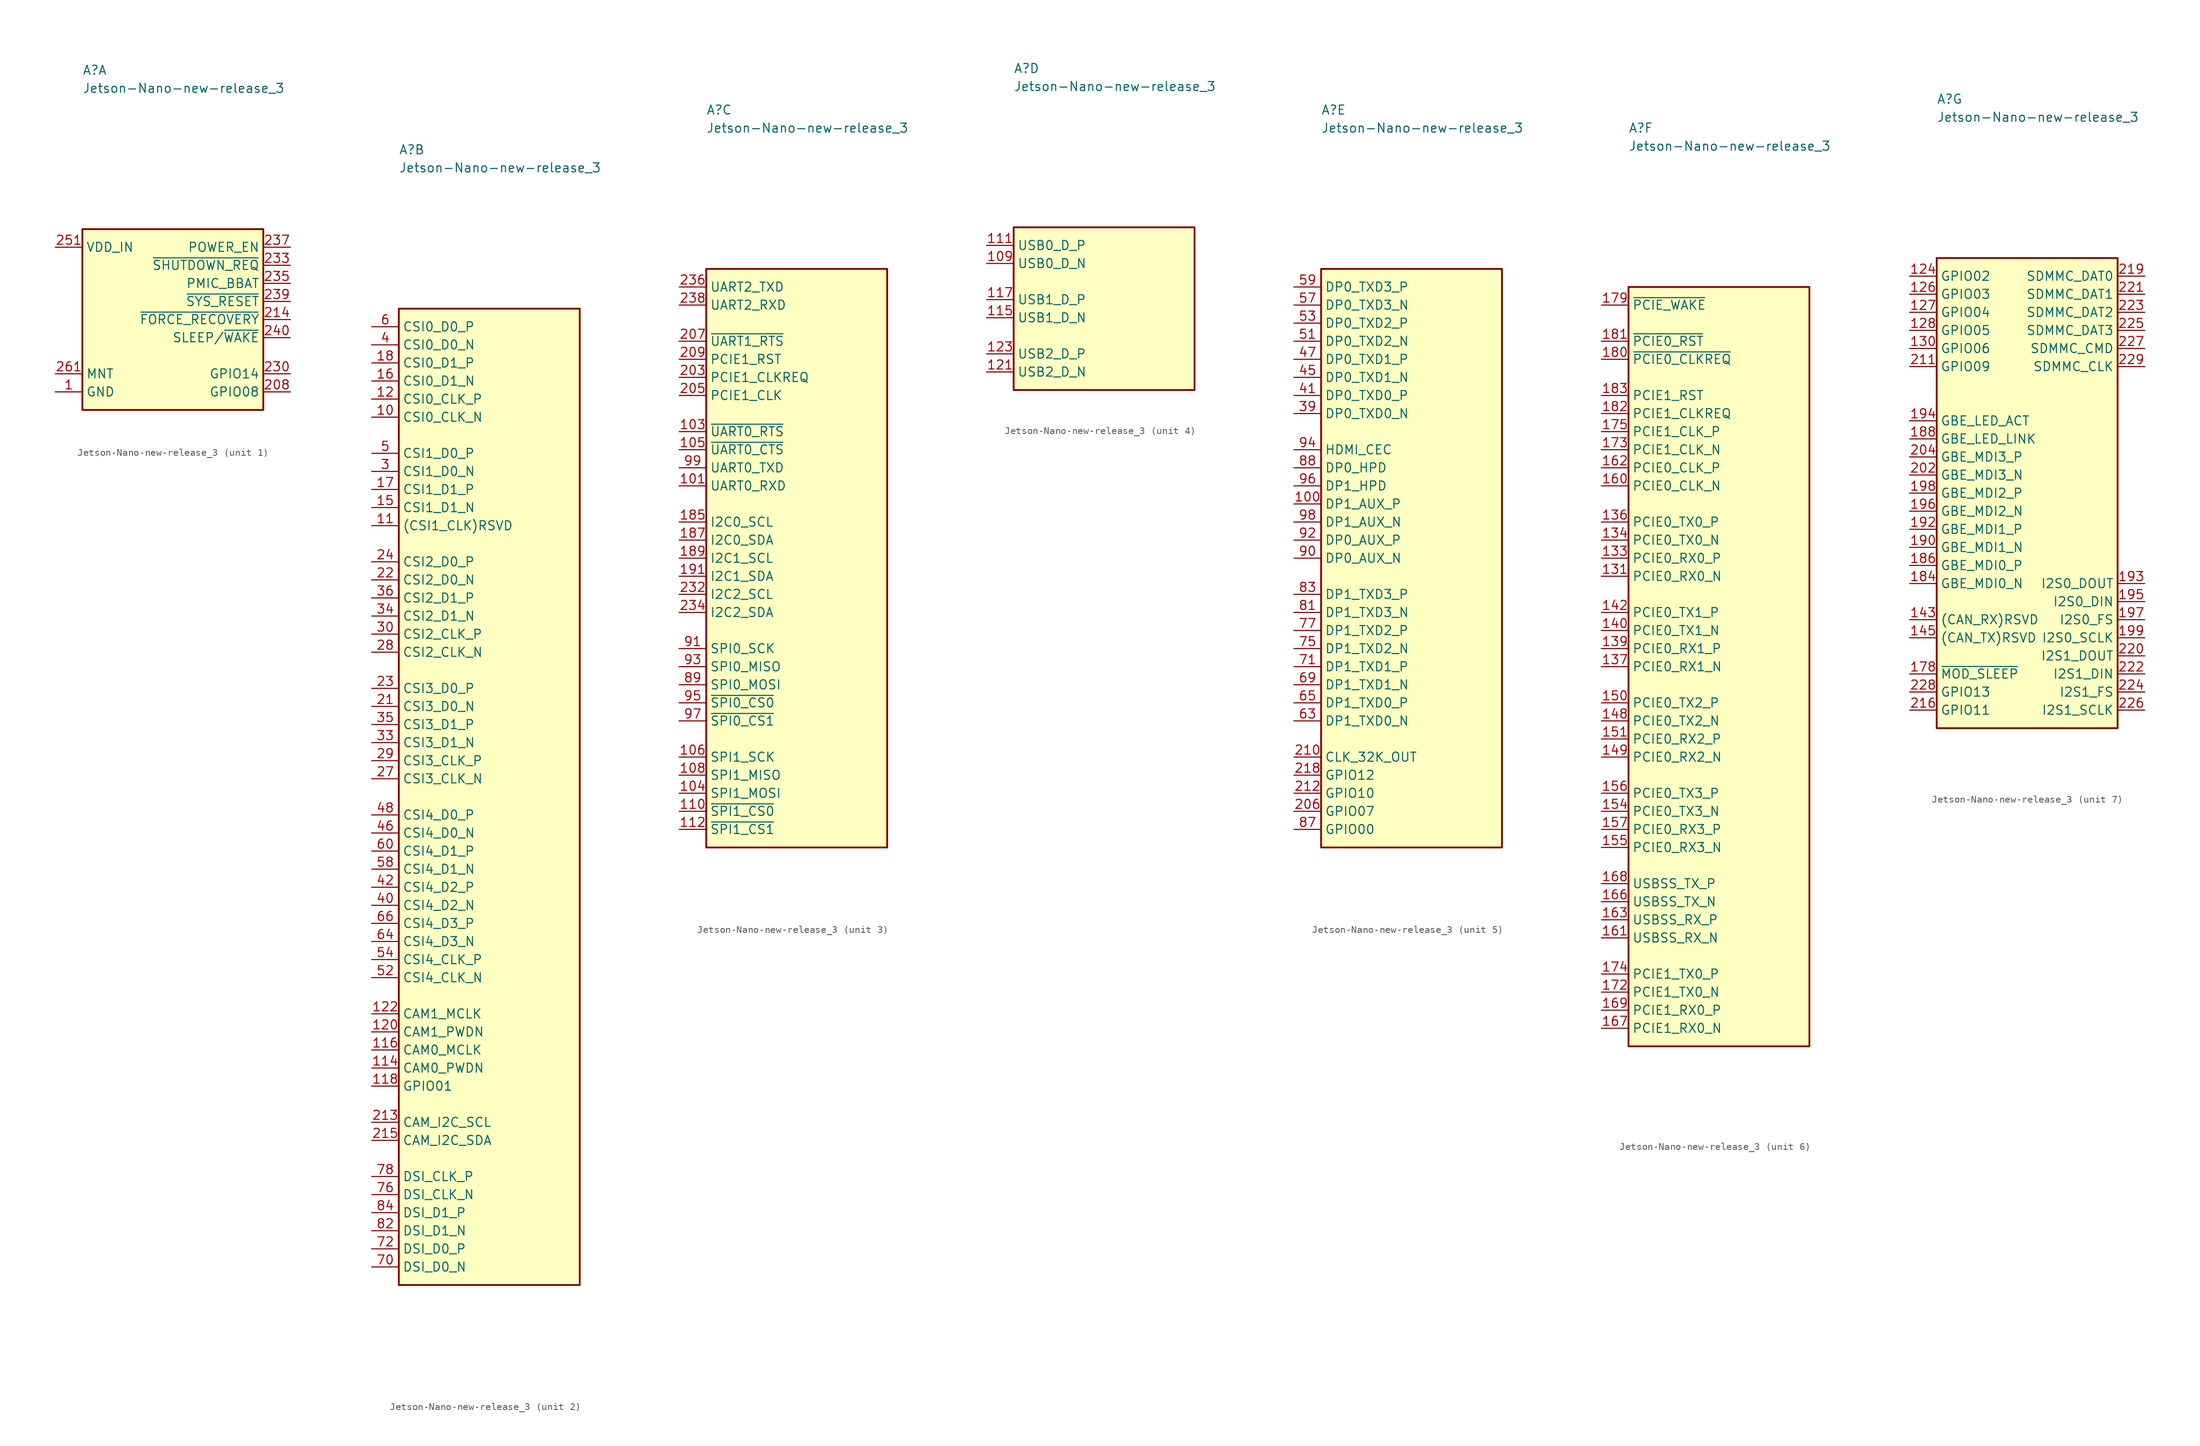
<source format=kicad_sym>
(kicad_symbol_lib
  (version 20231120)
  (generator "kicad_symbol_editor")
  (generator_version "8.0")
  (symbol "Jetson-Nano-new-release_3"
    (property "Reference" "A"
      (at 3.81 24.13 0)
      (effects (font (size 1.27 1.27) (thickness 0.15)) (justify left bottom)))
    (property "Value" "Jetson-Nano-new-release_3"
      (at 3.81 21.59 0)
      (effects (font (size 1.27 1.27) (thickness 0.15)) (justify left bottom)))
    (property "ki_locked" ""
      (at 0 0 0)
      (effects (font (size 1.27 1.27))))
    (symbol "Jetson-Nano-new-release_3_1_1"
      (rectangle (start 3.81 2.54) (end 29.21 -22.86) (stroke (width 0.254) (type default)) (fill (type background)))
      (pin passive line (at 0 -20.32 0) (length 3.81) (name "GND" (effects (font (size 1.27 1.27)))) (number "1" (effects (font (size 1.27 1.27)))))
      (pin passive line (at 0 -20.32 0) (length 3.81) hide (name "GND" (effects (font (size 1.27 1.27)))) (number "102" (effects (font (size 1.27 1.27)))))
      (pin passive line (at 0 -20.32 0) (length 3.81) hide (name "GND" (effects (font (size 1.27 1.27)))) (number "107" (effects (font (size 1.27 1.27)))))
      (pin passive line (at 0 -20.32 0) (length 3.81) hide (name "GND" (effects (font (size 1.27 1.27)))) (number "113" (effects (font (size 1.27 1.27)))))
      (pin passive line (at 0 -20.32 0) (length 3.81) hide (name "GND" (effects (font (size 1.27 1.27)))) (number "119" (effects (font (size 1.27 1.27)))))
      (pin passive line (at 0 -20.32 0) (length 3.81) hide (name "GND" (effects (font (size 1.27 1.27)))) (number "125" (effects (font (size 1.27 1.27)))))
      (pin passive line (at 0 -20.32 0) (length 3.81) hide (name "GND" (effects (font (size 1.27 1.27)))) (number "129" (effects (font (size 1.27 1.27)))))
      (pin passive line (at 0 -20.32 0) (length 3.81) hide (name "GND" (effects (font (size 1.27 1.27)))) (number "13" (effects (font (size 1.27 1.27)))))
      (pin passive line (at 0 -20.32 0) (length 3.81) hide (name "GND" (effects (font (size 1.27 1.27)))) (number "132" (effects (font (size 1.27 1.27)))))
      (pin passive line (at 0 -20.32 0) (length 3.81) hide (name "GND" (effects (font (size 1.27 1.27)))) (number "135" (effects (font (size 1.27 1.27)))))
      (pin passive line (at 0 -20.32 0) (length 3.81) hide (name "GND" (effects (font (size 1.27 1.27)))) (number "138" (effects (font (size 1.27 1.27)))))
      (pin passive line (at 0 -20.32 0) (length 3.81) hide (name "GND" (effects (font (size 1.27 1.27)))) (number "14" (effects (font (size 1.27 1.27)))))
      (pin passive line (at 0 -20.32 0) (length 3.81) hide (name "GND" (effects (font (size 1.27 1.27)))) (number "141" (effects (font (size 1.27 1.27)))))
      (pin passive line (at 0 -20.32 0) (length 3.81) hide (name "GND" (effects (font (size 1.27 1.27)))) (number "144" (effects (font (size 1.27 1.27)))))
      (pin passive line (at 0 -20.32 0) (length 3.81) hide (name "GND" (effects (font (size 1.27 1.27)))) (number "146" (effects (font (size 1.27 1.27)))))
      (pin passive line (at 0 -20.32 0) (length 3.81) hide (name "GND" (effects (font (size 1.27 1.27)))) (number "147" (effects (font (size 1.27 1.27)))))
      (pin passive line (at 0 -20.32 0) (length 3.81) hide (name "GND" (effects (font (size 1.27 1.27)))) (number "152" (effects (font (size 1.27 1.27)))))
      (pin passive line (at 0 -20.32 0) (length 3.81) hide (name "GND" (effects (font (size 1.27 1.27)))) (number "153" (effects (font (size 1.27 1.27)))))
      (pin passive line (at 0 -20.32 0) (length 3.81) hide (name "GND" (effects (font (size 1.27 1.27)))) (number "158" (effects (font (size 1.27 1.27)))))
      (pin passive line (at 0 -20.32 0) (length 3.81) hide (name "GND" (effects (font (size 1.27 1.27)))) (number "159" (effects (font (size 1.27 1.27)))))
      (pin passive line (at 0 -20.32 0) (length 3.81) hide (name "GND" (effects (font (size 1.27 1.27)))) (number "164" (effects (font (size 1.27 1.27)))))
      (pin passive line (at 0 -20.32 0) (length 3.81) hide (name "GND" (effects (font (size 1.27 1.27)))) (number "165" (effects (font (size 1.27 1.27)))))
      (pin passive line (at 0 -20.32 0) (length 3.81) hide (name "GND" (effects (font (size 1.27 1.27)))) (number "170" (effects (font (size 1.27 1.27)))))
      (pin passive line (at 0 -20.32 0) (length 3.81) hide (name "GND" (effects (font (size 1.27 1.27)))) (number "171" (effects (font (size 1.27 1.27)))))
      (pin passive line (at 0 -20.32 0) (length 3.81) hide (name "GND" (effects (font (size 1.27 1.27)))) (number "176" (effects (font (size 1.27 1.27)))))
      (pin passive line (at 0 -20.32 0) (length 3.81) hide (name "GND" (effects (font (size 1.27 1.27)))) (number "177" (effects (font (size 1.27 1.27)))))
      (pin passive line (at 0 -20.32 0) (length 3.81) hide (name "GND" (effects (font (size 1.27 1.27)))) (number "19" (effects (font (size 1.27 1.27)))))
      (pin passive line (at 0 -20.32 0) (length 3.81) hide (name "GND" (effects (font (size 1.27 1.27)))) (number "2" (effects (font (size 1.27 1.27)))))
      (pin passive line (at 0 -20.32 0) (length 3.81) hide (name "GND" (effects (font (size 1.27 1.27)))) (number "20" (effects (font (size 1.27 1.27)))))
      (pin passive line (at 0 -20.32 0) (length 3.81) hide (name "GND" (effects (font (size 1.27 1.27)))) (number "200" (effects (font (size 1.27 1.27)))))
      (pin passive line (at 0 -20.32 0) (length 3.81) hide (name "GND" (effects (font (size 1.27 1.27)))) (number "201" (effects (font (size 1.27 1.27)))))
      (pin passive line (at 33.02 -20.32 180) (length 3.81) (name "GPIO08" (effects (font (size 1.27 1.27)))) (number "208" (effects (font (size 1.27 1.27)))))
      (pin passive line (at 33.02 -10.16 180) (length 3.81) (name "~{FORCE_RECOVERY}" (effects (font (size 1.27 1.27)))) (number "214" (effects (font (size 1.27 1.27)))))
      (pin passive line (at 0 -20.32 0) (length 3.81) hide (name "GND" (effects (font (size 1.27 1.27)))) (number "217" (effects (font (size 1.27 1.27)))))
      (pin passive line (at 33.02 -17.78 180) (length 3.81) (name "GPIO14" (effects (font (size 1.27 1.27)))) (number "230" (effects (font (size 1.27 1.27)))))
      (pin passive line (at 0 -20.32 0) (length 3.81) hide (name "GND" (effects (font (size 1.27 1.27)))) (number "231" (effects (font (size 1.27 1.27)))))
      (pin passive line (at 33.02 -2.54 180) (length 3.81) (name "~{SHUTDOWN_REQ}" (effects (font (size 1.27 1.27)))) (number "233" (effects (font (size 1.27 1.27)))))
      (pin passive line (at 33.02 -5.08 180) (length 3.81) (name "PMIC_BBAT" (effects (font (size 1.27 1.27)))) (number "235" (effects (font (size 1.27 1.27)))))
      (pin passive line (at 33.02 0 180) (length 3.81) (name "POWER_EN" (effects (font (size 1.27 1.27)))) (number "237" (effects (font (size 1.27 1.27)))))
      (pin passive line (at 33.02 -7.62 180) (length 3.81) (name "~{SYS_RESET}" (effects (font (size 1.27 1.27)))) (number "239" (effects (font (size 1.27 1.27)))))
      (pin passive line (at 33.02 -12.7 180) (length 3.81) (name "SLEEP/~{WAKE}" (effects (font (size 1.27 1.27)))) (number "240" (effects (font (size 1.27 1.27)))))
      (pin passive line (at 0 -20.32 0) (length 3.81) hide (name "GND" (effects (font (size 1.27 1.27)))) (number "241" (effects (font (size 1.27 1.27)))))
      (pin passive line (at 0 -20.32 0) (length 3.81) hide (name "GND" (effects (font (size 1.27 1.27)))) (number "242" (effects (font (size 1.27 1.27)))))
      (pin passive line (at 0 -20.32 0) (length 3.81) hide (name "GND" (effects (font (size 1.27 1.27)))) (number "243" (effects (font (size 1.27 1.27)))))
      (pin passive line (at 0 -20.32 0) (length 3.81) hide (name "GND" (effects (font (size 1.27 1.27)))) (number "244" (effects (font (size 1.27 1.27)))))
      (pin passive line (at 0 -20.32 0) (length 3.81) hide (name "GND" (effects (font (size 1.27 1.27)))) (number "245" (effects (font (size 1.27 1.27)))))
      (pin passive line (at 0 -20.32 0) (length 3.81) hide (name "GND" (effects (font (size 1.27 1.27)))) (number "246" (effects (font (size 1.27 1.27)))))
      (pin passive line (at 0 -20.32 0) (length 3.81) hide (name "GND" (effects (font (size 1.27 1.27)))) (number "247" (effects (font (size 1.27 1.27)))))
      (pin passive line (at 0 -20.32 0) (length 3.81) hide (name "GND" (effects (font (size 1.27 1.27)))) (number "248" (effects (font (size 1.27 1.27)))))
      (pin passive line (at 0 -20.32 0) (length 3.81) hide (name "GND" (effects (font (size 1.27 1.27)))) (number "249" (effects (font (size 1.27 1.27)))))
      (pin passive line (at 0 -20.32 0) (length 3.81) hide (name "GND" (effects (font (size 1.27 1.27)))) (number "25" (effects (font (size 1.27 1.27)))))
      (pin passive line (at 0 -20.32 0) (length 3.81) hide (name "GND" (effects (font (size 1.27 1.27)))) (number "250" (effects (font (size 1.27 1.27)))))
      (pin passive line (at 0 0 0) (length 3.81) (name "VDD_IN" (effects (font (size 1.27 1.27)))) (number "251" (effects (font (size 1.27 1.27)))))
      (pin passive line (at 0 0 0) (length 3.81) hide (name "VDD_IN" (effects (font (size 1.27 1.27)))) (number "252" (effects (font (size 1.27 1.27)))))
      (pin passive line (at 0 0 0) (length 3.81) hide (name "VDD_IN" (effects (font (size 1.27 1.27)))) (number "253" (effects (font (size 1.27 1.27)))))
      (pin passive line (at 0 0 0) (length 3.81) hide (name "VDD_IN" (effects (font (size 1.27 1.27)))) (number "254" (effects (font (size 1.27 1.27)))))
      (pin passive line (at 0 0 0) (length 3.81) hide (name "VDD_IN" (effects (font (size 1.27 1.27)))) (number "255" (effects (font (size 1.27 1.27)))))
      (pin passive line (at 0 0 0) (length 3.81) hide (name "VDD_IN" (effects (font (size 1.27 1.27)))) (number "256" (effects (font (size 1.27 1.27)))))
      (pin passive line (at 0 0 0) (length 3.81) hide (name "VDD_IN" (effects (font (size 1.27 1.27)))) (number "257" (effects (font (size 1.27 1.27)))))
      (pin passive line (at 0 0 0) (length 3.81) hide (name "VDD_IN" (effects (font (size 1.27 1.27)))) (number "258" (effects (font (size 1.27 1.27)))))
      (pin passive line (at 0 0 0) (length 3.81) hide (name "VDD_IN" (effects (font (size 1.27 1.27)))) (number "259" (effects (font (size 1.27 1.27)))))
      (pin passive line (at 0 -20.32 0) (length 3.81) hide (name "GND" (effects (font (size 1.27 1.27)))) (number "26" (effects (font (size 1.27 1.27)))))
      (pin passive line (at 0 0 0) (length 3.81) hide (name "VDD_IN" (effects (font (size 1.27 1.27)))) (number "260" (effects (font (size 1.27 1.27)))))
      (pin passive line (at 0 -17.78 0) (length 3.81) (name "MNT" (effects (font (size 1.27 1.27)))) (number "261" (effects (font (size 1.27 1.27)))))
      (pin passive line (at 0 -17.78 0) (length 3.81) hide (name "MNT" (effects (font (size 1.27 1.27)))) (number "262" (effects (font (size 1.27 1.27)))))
      (pin passive line (at 0 -20.32 0) (length 3.81) hide (name "GND" (effects (font (size 1.27 1.27)))) (number "31" (effects (font (size 1.27 1.27)))))
      (pin passive line (at 0 -20.32 0) (length 3.81) hide (name "GND" (effects (font (size 1.27 1.27)))) (number "32" (effects (font (size 1.27 1.27)))))
      (pin passive line (at 0 -20.32 0) (length 3.81) hide (name "GND" (effects (font (size 1.27 1.27)))) (number "37" (effects (font (size 1.27 1.27)))))
      (pin passive line (at 0 -20.32 0) (length 3.81) hide (name "GND" (effects (font (size 1.27 1.27)))) (number "38" (effects (font (size 1.27 1.27)))))
      (pin passive line (at 0 -20.32 0) (length 3.81) hide (name "GND" (effects (font (size 1.27 1.27)))) (number "43" (effects (font (size 1.27 1.27)))))
      (pin passive line (at 0 -20.32 0) (length 3.81) hide (name "GND" (effects (font (size 1.27 1.27)))) (number "44" (effects (font (size 1.27 1.27)))))
      (pin passive line (at 0 -20.32 0) (length 3.81) hide (name "GND" (effects (font (size 1.27 1.27)))) (number "49" (effects (font (size 1.27 1.27)))))
      (pin passive line (at 0 -20.32 0) (length 3.81) hide (name "GND" (effects (font (size 1.27 1.27)))) (number "50" (effects (font (size 1.27 1.27)))))
      (pin passive line (at 0 -20.32 0) (length 3.81) hide (name "GND" (effects (font (size 1.27 1.27)))) (number "55" (effects (font (size 1.27 1.27)))))
      (pin passive line (at 0 -20.32 0) (length 3.81) hide (name "GND" (effects (font (size 1.27 1.27)))) (number "56" (effects (font (size 1.27 1.27)))))
      (pin passive line (at 0 -20.32 0) (length 3.81) hide (name "GND" (effects (font (size 1.27 1.27)))) (number "61" (effects (font (size 1.27 1.27)))))
      (pin passive line (at 0 -20.32 0) (length 3.81) hide (name "GND" (effects (font (size 1.27 1.27)))) (number "62" (effects (font (size 1.27 1.27)))))
      (pin passive line (at 0 -20.32 0) (length 3.81) hide (name "GND" (effects (font (size 1.27 1.27)))) (number "67" (effects (font (size 1.27 1.27)))))
      (pin passive line (at 0 -20.32 0) (length 3.81) hide (name "GND" (effects (font (size 1.27 1.27)))) (number "68" (effects (font (size 1.27 1.27)))))
      (pin passive line (at 0 -20.32 0) (length 3.81) hide (name "GND" (effects (font (size 1.27 1.27)))) (number "7" (effects (font (size 1.27 1.27)))))
      (pin passive line (at 0 -20.32 0) (length 3.81) hide (name "GND" (effects (font (size 1.27 1.27)))) (number "73" (effects (font (size 1.27 1.27)))))
      (pin passive line (at 0 -20.32 0) (length 3.81) hide (name "GND" (effects (font (size 1.27 1.27)))) (number "74" (effects (font (size 1.27 1.27)))))
      (pin passive line (at 0 -20.32 0) (length 3.81) hide (name "GND" (effects (font (size 1.27 1.27)))) (number "79" (effects (font (size 1.27 1.27)))))
      (pin passive line (at 0 -20.32 0) (length 3.81) hide (name "GND" (effects (font (size 1.27 1.27)))) (number "8" (effects (font (size 1.27 1.27)))))
      (pin passive line (at 0 -20.32 0) (length 3.81) hide (name "GND" (effects (font (size 1.27 1.27)))) (number "80" (effects (font (size 1.27 1.27)))))
      (pin passive line (at 0 -20.32 0) (length 3.81) hide (name "GND" (effects (font (size 1.27 1.27)))) (number "85" (effects (font (size 1.27 1.27)))))
      (pin passive line (at 0 -20.32 0) (length 3.81) hide (name "GND" (effects (font (size 1.27 1.27)))) (number "86" (effects (font (size 1.27 1.27))))))
    (symbol "Jetson-Nano-new-release_3_2_1"
      (rectangle (start 3.81 2.54) (end 29.21 -134.62) (stroke (width 0.254) (type default)) (fill (type background)))
      (pin passive line (at 0 -12.7 0) (length 3.81) (name "CSI0_CLK_N" (effects (font (size 1.27 1.27)))) (number "10" (effects (font (size 1.27 1.27)))))
      (pin passive line (at 0 -27.94 0) (length 3.81) (name "(CSI1_CLK)RSVD" (effects (font (size 1.27 1.27)))) (number "11" (effects (font (size 1.27 1.27)))))
      (pin passive line (at 0 -104.14 0) (length 3.81) (name "CAM0_PWDN" (effects (font (size 1.27 1.27)))) (number "114" (effects (font (size 1.27 1.27)))))
      (pin passive line (at 0 -101.6 0) (length 3.81) (name "CAM0_MCLK" (effects (font (size 1.27 1.27)))) (number "116" (effects (font (size 1.27 1.27)))))
      (pin passive line (at 0 -106.68 0) (length 3.81) (name "GPIO01" (effects (font (size 1.27 1.27)))) (number "118" (effects (font (size 1.27 1.27)))))
      (pin passive line (at 0 -10.16 0) (length 3.81) (name "CSI0_CLK_P" (effects (font (size 1.27 1.27)))) (number "12" (effects (font (size 1.27 1.27)))))
      (pin passive line (at 0 -99.06 0) (length 3.81) (name "CAM1_PWDN" (effects (font (size 1.27 1.27)))) (number "120" (effects (font (size 1.27 1.27)))))
      (pin passive line (at 0 -96.52 0) (length 3.81) (name "CAM1_MCLK" (effects (font (size 1.27 1.27)))) (number "122" (effects (font (size 1.27 1.27)))))
      (pin passive line (at 0 -25.4 0) (length 3.81) (name "CSI1_D1_N" (effects (font (size 1.27 1.27)))) (number "15" (effects (font (size 1.27 1.27)))))
      (pin passive line (at 0 -7.62 0) (length 3.81) (name "CSI0_D1_N" (effects (font (size 1.27 1.27)))) (number "16" (effects (font (size 1.27 1.27)))))
      (pin passive line (at 0 -22.86 0) (length 3.81) (name "CSI1_D1_P" (effects (font (size 1.27 1.27)))) (number "17" (effects (font (size 1.27 1.27)))))
      (pin passive line (at 0 -5.08 0) (length 3.81) (name "CSI0_D1_P" (effects (font (size 1.27 1.27)))) (number "18" (effects (font (size 1.27 1.27)))))
      (pin passive line (at 0 -53.34 0) (length 3.81) (name "CSI3_D0_N" (effects (font (size 1.27 1.27)))) (number "21" (effects (font (size 1.27 1.27)))))
      (pin passive line (at 0 -111.76 0) (length 3.81) (name "CAM_I2C_SCL" (effects (font (size 1.27 1.27)))) (number "213" (effects (font (size 1.27 1.27)))))
      (pin passive line (at 0 -114.3 0) (length 3.81) (name "CAM_I2C_SDA" (effects (font (size 1.27 1.27)))) (number "215" (effects (font (size 1.27 1.27)))))
      (pin passive line (at 0 -35.56 0) (length 3.81) (name "CSI2_D0_N" (effects (font (size 1.27 1.27)))) (number "22" (effects (font (size 1.27 1.27)))))
      (pin passive line (at 0 -50.8 0) (length 3.81) (name "CSI3_D0_P" (effects (font (size 1.27 1.27)))) (number "23" (effects (font (size 1.27 1.27)))))
      (pin passive line (at 0 -33.02 0) (length 3.81) (name "CSI2_D0_P" (effects (font (size 1.27 1.27)))) (number "24" (effects (font (size 1.27 1.27)))))
      (pin passive line (at 0 -63.5 0) (length 3.81) (name "CSI3_CLK_N" (effects (font (size 1.27 1.27)))) (number "27" (effects (font (size 1.27 1.27)))))
      (pin passive line (at 0 -45.72 0) (length 3.81) (name "CSI2_CLK_N" (effects (font (size 1.27 1.27)))) (number "28" (effects (font (size 1.27 1.27)))))
      (pin passive line (at 0 -60.96 0) (length 3.81) (name "CSI3_CLK_P" (effects (font (size 1.27 1.27)))) (number "29" (effects (font (size 1.27 1.27)))))
      (pin passive line (at 0 -20.32 0) (length 3.81) (name "CSI1_D0_N" (effects (font (size 1.27 1.27)))) (number "3" (effects (font (size 1.27 1.27)))))
      (pin passive line (at 0 -43.18 0) (length 3.81) (name "CSI2_CLK_P" (effects (font (size 1.27 1.27)))) (number "30" (effects (font (size 1.27 1.27)))))
      (pin passive line (at 0 -58.42 0) (length 3.81) (name "CSI3_D1_N" (effects (font (size 1.27 1.27)))) (number "33" (effects (font (size 1.27 1.27)))))
      (pin passive line (at 0 -40.64 0) (length 3.81) (name "CSI2_D1_N" (effects (font (size 1.27 1.27)))) (number "34" (effects (font (size 1.27 1.27)))))
      (pin passive line (at 0 -55.88 0) (length 3.81) (name "CSI3_D1_P" (effects (font (size 1.27 1.27)))) (number "35" (effects (font (size 1.27 1.27)))))
      (pin passive line (at 0 -38.1 0) (length 3.81) (name "CSI2_D1_P" (effects (font (size 1.27 1.27)))) (number "36" (effects (font (size 1.27 1.27)))))
      (pin passive line (at 0 -2.54 0) (length 3.81) (name "CSI0_D0_N" (effects (font (size 1.27 1.27)))) (number "4" (effects (font (size 1.27 1.27)))))
      (pin passive line (at 0 -81.28 0) (length 3.81) (name "CSI4_D2_N" (effects (font (size 1.27 1.27)))) (number "40" (effects (font (size 1.27 1.27)))))
      (pin passive line (at 0 -78.74 0) (length 3.81) (name "CSI4_D2_P" (effects (font (size 1.27 1.27)))) (number "42" (effects (font (size 1.27 1.27)))))
      (pin passive line (at 0 -71.12 0) (length 3.81) (name "CSI4_D0_N" (effects (font (size 1.27 1.27)))) (number "46" (effects (font (size 1.27 1.27)))))
      (pin passive line (at 0 -68.58 0) (length 3.81) (name "CSI4_D0_P" (effects (font (size 1.27 1.27)))) (number "48" (effects (font (size 1.27 1.27)))))
      (pin passive line (at 0 -17.78 0) (length 3.81) (name "CSI1_D0_P" (effects (font (size 1.27 1.27)))) (number "5" (effects (font (size 1.27 1.27)))))
      (pin passive line (at 0 -91.44 0) (length 3.81) (name "CSI4_CLK_N" (effects (font (size 1.27 1.27)))) (number "52" (effects (font (size 1.27 1.27)))))
      (pin passive line (at 0 -88.9 0) (length 3.81) (name "CSI4_CLK_P" (effects (font (size 1.27 1.27)))) (number "54" (effects (font (size 1.27 1.27)))))
      (pin passive line (at 0 -76.2 0) (length 3.81) (name "CSI4_D1_N" (effects (font (size 1.27 1.27)))) (number "58" (effects (font (size 1.27 1.27)))))
      (pin passive line (at 0 0 0) (length 3.81) (name "CSI0_D0_P" (effects (font (size 1.27 1.27)))) (number "6" (effects (font (size 1.27 1.27)))))
      (pin passive line (at 0 -73.66 0) (length 3.81) (name "CSI4_D1_P" (effects (font (size 1.27 1.27)))) (number "60" (effects (font (size 1.27 1.27)))))
      (pin passive line (at 0 -86.36 0) (length 3.81) (name "CSI4_D3_N" (effects (font (size 1.27 1.27)))) (number "64" (effects (font (size 1.27 1.27)))))
      (pin passive line (at 0 -83.82 0) (length 3.81) (name "CSI4_D3_P" (effects (font (size 1.27 1.27)))) (number "66" (effects (font (size 1.27 1.27)))))
      (pin passive line (at 0 -132.08 0) (length 3.81) (name "DSI_D0_N" (effects (font (size 1.27 1.27)))) (number "70" (effects (font (size 1.27 1.27)))))
      (pin passive line (at 0 -129.54 0) (length 3.81) (name "DSI_D0_P" (effects (font (size 1.27 1.27)))) (number "72" (effects (font (size 1.27 1.27)))))
      (pin passive line (at 0 -121.92 0) (length 3.81) (name "DSI_CLK_N" (effects (font (size 1.27 1.27)))) (number "76" (effects (font (size 1.27 1.27)))))
      (pin passive line (at 0 -119.38 0) (length 3.81) (name "DSI_CLK_P" (effects (font (size 1.27 1.27)))) (number "78" (effects (font (size 1.27 1.27)))))
      (pin passive line (at 0 -127 0) (length 3.81) (name "DSI_D1_N" (effects (font (size 1.27 1.27)))) (number "82" (effects (font (size 1.27 1.27)))))
      (pin passive line (at 0 -124.46 0) (length 3.81) (name "DSI_D1_P" (effects (font (size 1.27 1.27)))) (number "84" (effects (font (size 1.27 1.27)))))
      (pin passive line (at 0 -27.94 0) (length 3.81) hide (name "(CSI1_CLK)RSVD" (effects (font (size 1.27 1.27)))) (number "9" (effects (font (size 1.27 1.27))))))
    (symbol "Jetson-Nano-new-release_3_3_1"
      (rectangle (start 3.81 2.54) (end 29.21 -78.74) (stroke (width 0.254) (type default)) (fill (type background)))
      (pin passive line (at 0 -27.94 0) (length 3.81) (name "UART0_RXD" (effects (font (size 1.27 1.27)))) (number "101" (effects (font (size 1.27 1.27)))))
      (pin passive line (at 0 -20.32 0) (length 3.81) (name "~{UART0_RTS}" (effects (font (size 1.27 1.27)))) (number "103" (effects (font (size 1.27 1.27)))))
      (pin passive line (at 0 -71.12 0) (length 3.81) (name "SPI1_MOSI" (effects (font (size 1.27 1.27)))) (number "104" (effects (font (size 1.27 1.27)))))
      (pin passive line (at 0 -22.86 0) (length 3.81) (name "~{UART0_CTS}" (effects (font (size 1.27 1.27)))) (number "105" (effects (font (size 1.27 1.27)))))
      (pin passive line (at 0 -66.04 0) (length 3.81) (name "SPI1_SCK" (effects (font (size 1.27 1.27)))) (number "106" (effects (font (size 1.27 1.27)))))
      (pin passive line (at 0 -68.58 0) (length 3.81) (name "SPI1_MISO" (effects (font (size 1.27 1.27)))) (number "108" (effects (font (size 1.27 1.27)))))
      (pin passive line (at 0 -73.66 0) (length 3.81) (name "~{SPI1_CS0}" (effects (font (size 1.27 1.27)))) (number "110" (effects (font (size 1.27 1.27)))))
      (pin passive line (at 0 -76.2 0) (length 3.81) (name "~{SPI1_CS1}" (effects (font (size 1.27 1.27)))) (number "112" (effects (font (size 1.27 1.27)))))
      (pin passive line (at 0 -33.02 0) (length 3.81) (name "I2C0_SCL" (effects (font (size 1.27 1.27)))) (number "185" (effects (font (size 1.27 1.27)))))
      (pin passive line (at 0 -35.56 0) (length 3.81) (name "I2C0_SDA" (effects (font (size 1.27 1.27)))) (number "187" (effects (font (size 1.27 1.27)))))
      (pin passive line (at 0 -38.1 0) (length 3.81) (name "I2C1_SCL" (effects (font (size 1.27 1.27)))) (number "189" (effects (font (size 1.27 1.27)))))
      (pin passive line (at 0 -40.64 0) (length 3.81) (name "I2C1_SDA" (effects (font (size 1.27 1.27)))) (number "191" (effects (font (size 1.27 1.27)))))
      (pin passive line (at 0 -12.7 0) (length 3.81) (name "PCIE1_CLKREQ" (effects (font (size 1.27 1.27)))) (number "203" (effects (font (size 1.27 1.27)))))
      (pin passive line (at 0 -15.24 0) (length 3.81) (name "PCIE1_CLK" (effects (font (size 1.27 1.27)))) (number "205" (effects (font (size 1.27 1.27)))))
      (pin passive line (at 0 -7.62 0) (length 3.81) (name "~{UART1_RTS}" (effects (font (size 1.27 1.27)))) (number "207" (effects (font (size 1.27 1.27)))))
      (pin passive line (at 0 -10.16 0) (length 3.81) (name "PCIE1_RST" (effects (font (size 1.27 1.27)))) (number "209" (effects (font (size 1.27 1.27)))))
      (pin passive line (at 0 -43.18 0) (length 3.81) (name "I2C2_SCL" (effects (font (size 1.27 1.27)))) (number "232" (effects (font (size 1.27 1.27)))))
      (pin passive line (at 0 -45.72 0) (length 3.81) (name "I2C2_SDA" (effects (font (size 1.27 1.27)))) (number "234" (effects (font (size 1.27 1.27)))))
      (pin passive line (at 0 0 0) (length 3.81) (name "UART2_TXD" (effects (font (size 1.27 1.27)))) (number "236" (effects (font (size 1.27 1.27)))))
      (pin passive line (at 0 -2.54 0) (length 3.81) (name "UART2_RXD" (effects (font (size 1.27 1.27)))) (number "238" (effects (font (size 1.27 1.27)))))
      (pin passive line (at 0 -55.88 0) (length 3.81) (name "SPI0_MOSI" (effects (font (size 1.27 1.27)))) (number "89" (effects (font (size 1.27 1.27)))))
      (pin passive line (at 0 -50.8 0) (length 3.81) (name "SPI0_SCK" (effects (font (size 1.27 1.27)))) (number "91" (effects (font (size 1.27 1.27)))))
      (pin passive line (at 0 -53.34 0) (length 3.81) (name "SPI0_MISO" (effects (font (size 1.27 1.27)))) (number "93" (effects (font (size 1.27 1.27)))))
      (pin passive line (at 0 -58.42 0) (length 3.81) (name "~{SPI0_CS0}" (effects (font (size 1.27 1.27)))) (number "95" (effects (font (size 1.27 1.27)))))
      (pin passive line (at 0 -60.96 0) (length 3.81) (name "~{SPI0_CS1}" (effects (font (size 1.27 1.27)))) (number "97" (effects (font (size 1.27 1.27)))))
      (pin passive line (at 0 -25.4 0) (length 3.81) (name "UART0_TXD" (effects (font (size 1.27 1.27)))) (number "99" (effects (font (size 1.27 1.27))))))
    (symbol "Jetson-Nano-new-release_3_4_1"
      (rectangle (start 3.81 2.54) (end 29.21 -20.32) (stroke (width 0.254) (type default)) (fill (type background)))
      (pin passive line (at 0 -2.54 0) (length 3.81) (name "USB0_D_N" (effects (font (size 1.27 1.27)))) (number "109" (effects (font (size 1.27 1.27)))))
      (pin passive line (at 0 0 0) (length 3.81) (name "USB0_D_P" (effects (font (size 1.27 1.27)))) (number "111" (effects (font (size 1.27 1.27)))))
      (pin passive line (at 0 -10.16 0) (length 3.81) (name "USB1_D_N" (effects (font (size 1.27 1.27)))) (number "115" (effects (font (size 1.27 1.27)))))
      (pin passive line (at 0 -7.62 0) (length 3.81) (name "USB1_D_P" (effects (font (size 1.27 1.27)))) (number "117" (effects (font (size 1.27 1.27)))))
      (pin passive line (at 0 -17.78 0) (length 3.81) (name "USB2_D_N" (effects (font (size 1.27 1.27)))) (number "121" (effects (font (size 1.27 1.27)))))
      (pin passive line (at 0 -15.24 0) (length 3.81) (name "USB2_D_P" (effects (font (size 1.27 1.27)))) (number "123" (effects (font (size 1.27 1.27))))))
    (symbol "Jetson-Nano-new-release_3_5_1"
      (rectangle (start 3.81 2.54) (end 29.21 -78.74) (stroke (width 0.254) (type default)) (fill (type background)))
      (pin passive line (at 0 -30.48 0) (length 3.81) (name "DP1_AUX_P" (effects (font (size 1.27 1.27)))) (number "100" (effects (font (size 1.27 1.27)))))
      (pin passive line (at 0 -73.66 0) (length 3.81) (name "GPIO07" (effects (font (size 1.27 1.27)))) (number "206" (effects (font (size 1.27 1.27)))))
      (pin passive line (at 0 -66.04 0) (length 3.81) (name "CLK_32K_OUT" (effects (font (size 1.27 1.27)))) (number "210" (effects (font (size 1.27 1.27)))))
      (pin passive line (at 0 -71.12 0) (length 3.81) (name "GPIO10" (effects (font (size 1.27 1.27)))) (number "212" (effects (font (size 1.27 1.27)))))
      (pin passive line (at 0 -68.58 0) (length 3.81) (name "GPIO12" (effects (font (size 1.27 1.27)))) (number "218" (effects (font (size 1.27 1.27)))))
      (pin passive line (at 0 -17.78 0) (length 3.81) (name "DP0_TXD0_N" (effects (font (size 1.27 1.27)))) (number "39" (effects (font (size 1.27 1.27)))))
      (pin passive line (at 0 -15.24 0) (length 3.81) (name "DP0_TXD0_P" (effects (font (size 1.27 1.27)))) (number "41" (effects (font (size 1.27 1.27)))))
      (pin passive line (at 0 -12.7 0) (length 3.81) (name "DP0_TXD1_N" (effects (font (size 1.27 1.27)))) (number "45" (effects (font (size 1.27 1.27)))))
      (pin passive line (at 0 -10.16 0) (length 3.81) (name "DP0_TXD1_P" (effects (font (size 1.27 1.27)))) (number "47" (effects (font (size 1.27 1.27)))))
      (pin passive line (at 0 -7.62 0) (length 3.81) (name "DP0_TXD2_N" (effects (font (size 1.27 1.27)))) (number "51" (effects (font (size 1.27 1.27)))))
      (pin passive line (at 0 -5.08 0) (length 3.81) (name "DP0_TXD2_P" (effects (font (size 1.27 1.27)))) (number "53" (effects (font (size 1.27 1.27)))))
      (pin passive line (at 0 -2.54 0) (length 3.81) (name "DP0_TXD3_N" (effects (font (size 1.27 1.27)))) (number "57" (effects (font (size 1.27 1.27)))))
      (pin passive line (at 0 0 0) (length 3.81) (name "DP0_TXD3_P" (effects (font (size 1.27 1.27)))) (number "59" (effects (font (size 1.27 1.27)))))
      (pin passive line (at 0 -60.96 0) (length 3.81) (name "DP1_TXD0_N" (effects (font (size 1.27 1.27)))) (number "63" (effects (font (size 1.27 1.27)))))
      (pin passive line (at 0 -58.42 0) (length 3.81) (name "DP1_TXD0_P" (effects (font (size 1.27 1.27)))) (number "65" (effects (font (size 1.27 1.27)))))
      (pin passive line (at 0 -55.88 0) (length 3.81) (name "DP1_TXD1_N" (effects (font (size 1.27 1.27)))) (number "69" (effects (font (size 1.27 1.27)))))
      (pin passive line (at 0 -53.34 0) (length 3.81) (name "DP1_TXD1_P" (effects (font (size 1.27 1.27)))) (number "71" (effects (font (size 1.27 1.27)))))
      (pin passive line (at 0 -50.8 0) (length 3.81) (name "DP1_TXD2_N" (effects (font (size 1.27 1.27)))) (number "75" (effects (font (size 1.27 1.27)))))
      (pin passive line (at 0 -48.26 0) (length 3.81) (name "DP1_TXD2_P" (effects (font (size 1.27 1.27)))) (number "77" (effects (font (size 1.27 1.27)))))
      (pin passive line (at 0 -45.72 0) (length 3.81) (name "DP1_TXD3_N" (effects (font (size 1.27 1.27)))) (number "81" (effects (font (size 1.27 1.27)))))
      (pin passive line (at 0 -43.18 0) (length 3.81) (name "DP1_TXD3_P" (effects (font (size 1.27 1.27)))) (number "83" (effects (font (size 1.27 1.27)))))
      (pin passive line (at 0 -76.2 0) (length 3.81) (name "GPIO00" (effects (font (size 1.27 1.27)))) (number "87" (effects (font (size 1.27 1.27)))))
      (pin passive line (at 0 -25.4 0) (length 3.81) (name "DP0_HPD" (effects (font (size 1.27 1.27)))) (number "88" (effects (font (size 1.27 1.27)))))
      (pin passive line (at 0 -38.1 0) (length 3.81) (name "DP0_AUX_N" (effects (font (size 1.27 1.27)))) (number "90" (effects (font (size 1.27 1.27)))))
      (pin passive line (at 0 -35.56 0) (length 3.81) (name "DP0_AUX_P" (effects (font (size 1.27 1.27)))) (number "92" (effects (font (size 1.27 1.27)))))
      (pin passive line (at 0 -22.86 0) (length 3.81) (name "HDMI_CEC" (effects (font (size 1.27 1.27)))) (number "94" (effects (font (size 1.27 1.27)))))
      (pin passive line (at 0 -27.94 0) (length 3.81) (name "DP1_HPD" (effects (font (size 1.27 1.27)))) (number "96" (effects (font (size 1.27 1.27)))))
      (pin passive line (at 0 -33.02 0) (length 3.81) (name "DP1_AUX_N" (effects (font (size 1.27 1.27)))) (number "98" (effects (font (size 1.27 1.27))))))
    (symbol "Jetson-Nano-new-release_3_6_1"
      (rectangle (start 3.81 2.54) (end 29.21 -104.14) (stroke (width 0.254) (type default)) (fill (type background)))
      (pin passive line (at 0 -38.1 0) (length 3.81) (name "PCIE0_RX0_N" (effects (font (size 1.27 1.27)))) (number "131" (effects (font (size 1.27 1.27)))))
      (pin passive line (at 0 -35.56 0) (length 3.81) (name "PCIE0_RX0_P" (effects (font (size 1.27 1.27)))) (number "133" (effects (font (size 1.27 1.27)))))
      (pin passive line (at 0 -33.02 0) (length 3.81) (name "PCIE0_TX0_N" (effects (font (size 1.27 1.27)))) (number "134" (effects (font (size 1.27 1.27)))))
      (pin passive line (at 0 -30.48 0) (length 3.81) (name "PCIE0_TX0_P" (effects (font (size 1.27 1.27)))) (number "136" (effects (font (size 1.27 1.27)))))
      (pin passive line (at 0 -50.8 0) (length 3.81) (name "PCIE0_RX1_N" (effects (font (size 1.27 1.27)))) (number "137" (effects (font (size 1.27 1.27)))))
      (pin passive line (at 0 -48.26 0) (length 3.81) (name "PCIE0_RX1_P" (effects (font (size 1.27 1.27)))) (number "139" (effects (font (size 1.27 1.27)))))
      (pin passive line (at 0 -45.72 0) (length 3.81) (name "PCIE0_TX1_N" (effects (font (size 1.27 1.27)))) (number "140" (effects (font (size 1.27 1.27)))))
      (pin passive line (at 0 -43.18 0) (length 3.81) (name "PCIE0_TX1_P" (effects (font (size 1.27 1.27)))) (number "142" (effects (font (size 1.27 1.27)))))
      (pin passive line (at 0 -58.42 0) (length 3.81) (name "PCIE0_TX2_N" (effects (font (size 1.27 1.27)))) (number "148" (effects (font (size 1.27 1.27)))))
      (pin passive line (at 0 -63.5 0) (length 3.81) (name "PCIE0_RX2_N" (effects (font (size 1.27 1.27)))) (number "149" (effects (font (size 1.27 1.27)))))
      (pin passive line (at 0 -55.88 0) (length 3.81) (name "PCIE0_TX2_P" (effects (font (size 1.27 1.27)))) (number "150" (effects (font (size 1.27 1.27)))))
      (pin passive line (at 0 -60.96 0) (length 3.81) (name "PCIE0_RX2_P" (effects (font (size 1.27 1.27)))) (number "151" (effects (font (size 1.27 1.27)))))
      (pin passive line (at 0 -71.12 0) (length 3.81) (name "PCIE0_TX3_N" (effects (font (size 1.27 1.27)))) (number "154" (effects (font (size 1.27 1.27)))))
      (pin passive line (at 0 -76.2 0) (length 3.81) (name "PCIE0_RX3_N" (effects (font (size 1.27 1.27)))) (number "155" (effects (font (size 1.27 1.27)))))
      (pin passive line (at 0 -68.58 0) (length 3.81) (name "PCIE0_TX3_P" (effects (font (size 1.27 1.27)))) (number "156" (effects (font (size 1.27 1.27)))))
      (pin passive line (at 0 -73.66 0) (length 3.81) (name "PCIE0_RX3_P" (effects (font (size 1.27 1.27)))) (number "157" (effects (font (size 1.27 1.27)))))
      (pin passive line (at 0 -25.4 0) (length 3.81) (name "PCIE0_CLK_N" (effects (font (size 1.27 1.27)))) (number "160" (effects (font (size 1.27 1.27)))))
      (pin passive line (at 0 -88.9 0) (length 3.81) (name "USBSS_RX_N" (effects (font (size 1.27 1.27)))) (number "161" (effects (font (size 1.27 1.27)))))
      (pin passive line (at 0 -22.86 0) (length 3.81) (name "PCIE0_CLK_P" (effects (font (size 1.27 1.27)))) (number "162" (effects (font (size 1.27 1.27)))))
      (pin passive line (at 0 -86.36 0) (length 3.81) (name "USBSS_RX_P" (effects (font (size 1.27 1.27)))) (number "163" (effects (font (size 1.27 1.27)))))
      (pin passive line (at 0 -83.82 0) (length 3.81) (name "USBSS_TX_N" (effects (font (size 1.27 1.27)))) (number "166" (effects (font (size 1.27 1.27)))))
      (pin passive line (at 0 -101.6 0) (length 3.81) (name "PCIE1_RX0_N" (effects (font (size 1.27 1.27)))) (number "167" (effects (font (size 1.27 1.27)))))
      (pin passive line (at 0 -81.28 0) (length 3.81) (name "USBSS_TX_P" (effects (font (size 1.27 1.27)))) (number "168" (effects (font (size 1.27 1.27)))))
      (pin passive line (at 0 -99.06 0) (length 3.81) (name "PCIE1_RX0_P" (effects (font (size 1.27 1.27)))) (number "169" (effects (font (size 1.27 1.27)))))
      (pin passive line (at 0 -96.52 0) (length 3.81) (name "PCIE1_TX0_N" (effects (font (size 1.27 1.27)))) (number "172" (effects (font (size 1.27 1.27)))))
      (pin passive line (at 0 -20.32 0) (length 3.81) (name "PCIE1_CLK_N" (effects (font (size 1.27 1.27)))) (number "173" (effects (font (size 1.27 1.27)))))
      (pin passive line (at 0 -93.98 0) (length 3.81) (name "PCIE1_TX0_P" (effects (font (size 1.27 1.27)))) (number "174" (effects (font (size 1.27 1.27)))))
      (pin passive line (at 0 -17.78 0) (length 3.81) (name "PCIE1_CLK_P" (effects (font (size 1.27 1.27)))) (number "175" (effects (font (size 1.27 1.27)))))
      (pin passive line (at 0 0 0) (length 3.81) (name "~{PCIE_WAKE}" (effects (font (size 1.27 1.27)))) (number "179" (effects (font (size 1.27 1.27)))))
      (pin passive line (at 0 -7.62 0) (length 3.81) (name "~{PCIE0_CLKREQ}" (effects (font (size 1.27 1.27)))) (number "180" (effects (font (size 1.27 1.27)))))
      (pin passive line (at 0 -5.08 0) (length 3.81) (name "~{PCIE0_RST}" (effects (font (size 1.27 1.27)))) (number "181" (effects (font (size 1.27 1.27)))))
      (pin passive line (at 0 -15.24 0) (length 3.81) (name "PCIE1_CLKREQ" (effects (font (size 1.27 1.27)))) (number "182" (effects (font (size 1.27 1.27)))))
      (pin passive line (at 0 -12.7 0) (length 3.81) (name "PCIE1_RST" (effects (font (size 1.27 1.27)))) (number "183" (effects (font (size 1.27 1.27))))))
    (symbol "Jetson-Nano-new-release_3_7_1"
      (rectangle (start 3.81 2.54) (end 29.21 -63.5) (stroke (width 0.254) (type default)) (fill (type background)))
      (pin passive line (at 0 0 0) (length 3.81) (name "GPIO02" (effects (font (size 1.27 1.27)))) (number "124" (effects (font (size 1.27 1.27)))))
      (pin passive line (at 0 -2.54 0) (length 3.81) (name "GPIO03" (effects (font (size 1.27 1.27)))) (number "126" (effects (font (size 1.27 1.27)))))
      (pin passive line (at 0 -5.08 0) (length 3.81) (name "GPIO04" (effects (font (size 1.27 1.27)))) (number "127" (effects (font (size 1.27 1.27)))))
      (pin passive line (at 0 -7.62 0) (length 3.81) (name "GPIO05" (effects (font (size 1.27 1.27)))) (number "128" (effects (font (size 1.27 1.27)))))
      (pin passive line (at 0 -10.16 0) (length 3.81) (name "GPIO06" (effects (font (size 1.27 1.27)))) (number "130" (effects (font (size 1.27 1.27)))))
      (pin passive line (at 0 -48.26 0) (length 3.81) (name "(CAN_RX)RSVD" (effects (font (size 1.27 1.27)))) (number "143" (effects (font (size 1.27 1.27)))))
      (pin passive line (at 0 -50.8 0) (length 3.81) (name "(CAN_TX)RSVD" (effects (font (size 1.27 1.27)))) (number "145" (effects (font (size 1.27 1.27)))))
      (pin passive line (at 0 -55.88 0) (length 3.81) (name "~{MOD_SLEEP}" (effects (font (size 1.27 1.27)))) (number "178" (effects (font (size 1.27 1.27)))))
      (pin passive line (at 0 -43.18 0) (length 3.81) (name "GBE_MDI0_N" (effects (font (size 1.27 1.27)))) (number "184" (effects (font (size 1.27 1.27)))))
      (pin passive line (at 0 -40.64 0) (length 3.81) (name "GBE_MDI0_P" (effects (font (size 1.27 1.27)))) (number "186" (effects (font (size 1.27 1.27)))))
      (pin passive line (at 0 -22.86 0) (length 3.81) (name "GBE_LED_LINK" (effects (font (size 1.27 1.27)))) (number "188" (effects (font (size 1.27 1.27)))))
      (pin passive line (at 0 -38.1 0) (length 3.81) (name "GBE_MDI1_N" (effects (font (size 1.27 1.27)))) (number "190" (effects (font (size 1.27 1.27)))))
      (pin passive line (at 0 -35.56 0) (length 3.81) (name "GBE_MDI1_P" (effects (font (size 1.27 1.27)))) (number "192" (effects (font (size 1.27 1.27)))))
      (pin output line (at 33.02 -43.18 180) (length 3.81) (name "I2S0_DOUT" (effects (font (size 1.27 1.27)))) (number "193" (effects (font (size 1.27 1.27)))))
      (pin passive line (at 0 -20.32 0) (length 3.81) (name "GBE_LED_ACT" (effects (font (size 1.27 1.27)))) (number "194" (effects (font (size 1.27 1.27)))))
      (pin input line (at 33.02 -45.72 180) (length 3.81) (name "I2S0_DIN" (effects (font (size 1.27 1.27)))) (number "195" (effects (font (size 1.27 1.27)))))
      (pin passive line (at 0 -33.02 0) (length 3.81) (name "GBE_MDI2_N" (effects (font (size 1.27 1.27)))) (number "196" (effects (font (size 1.27 1.27)))))
      (pin bidirectional line (at 33.02 -48.26 180) (length 3.81) (name "I2S0_FS" (effects (font (size 1.27 1.27)))) (number "197" (effects (font (size 1.27 1.27)))))
      (pin passive line (at 0 -30.48 0) (length 3.81) (name "GBE_MDI2_P" (effects (font (size 1.27 1.27)))) (number "198" (effects (font (size 1.27 1.27)))))
      (pin bidirectional line (at 33.02 -50.8 180) (length 3.81) (name "I2S0_SCLK" (effects (font (size 1.27 1.27)))) (number "199" (effects (font (size 1.27 1.27)))))
      (pin passive line (at 0 -27.94 0) (length 3.81) (name "GBE_MDI3_N" (effects (font (size 1.27 1.27)))) (number "202" (effects (font (size 1.27 1.27)))))
      (pin passive line (at 0 -25.4 0) (length 3.81) (name "GBE_MDI3_P" (effects (font (size 1.27 1.27)))) (number "204" (effects (font (size 1.27 1.27)))))
      (pin passive line (at 0 -12.7 0) (length 3.81) (name "GPIO09" (effects (font (size 1.27 1.27)))) (number "211" (effects (font (size 1.27 1.27)))))
      (pin passive line (at 0 -60.96 0) (length 3.81) (name "GPIO11" (effects (font (size 1.27 1.27)))) (number "216" (effects (font (size 1.27 1.27)))))
      (pin bidirectional line (at 33.02 0 180) (length 3.81) (name "SDMMC_DAT0" (effects (font (size 1.27 1.27)))) (number "219" (effects (font (size 1.27 1.27)))))
      (pin output line (at 33.02 -53.34 180) (length 3.81) (name "I2S1_DOUT" (effects (font (size 1.27 1.27)))) (number "220" (effects (font (size 1.27 1.27)))))
      (pin bidirectional line (at 33.02 -2.54 180) (length 3.81) (name "SDMMC_DAT1" (effects (font (size 1.27 1.27)))) (number "221" (effects (font (size 1.27 1.27)))))
      (pin input line (at 33.02 -55.88 180) (length 3.81) (name "I2S1_DIN" (effects (font (size 1.27 1.27)))) (number "222" (effects (font (size 1.27 1.27)))))
      (pin bidirectional line (at 33.02 -5.08 180) (length 3.81) (name "SDMMC_DAT2" (effects (font (size 1.27 1.27)))) (number "223" (effects (font (size 1.27 1.27)))))
      (pin bidirectional line (at 33.02 -58.42 180) (length 3.81) (name "I2S1_FS" (effects (font (size 1.27 1.27)))) (number "224" (effects (font (size 1.27 1.27)))))
      (pin bidirectional line (at 33.02 -7.62 180) (length 3.81) (name "SDMMC_DAT3" (effects (font (size 1.27 1.27)))) (number "225" (effects (font (size 1.27 1.27)))))
      (pin bidirectional line (at 33.02 -60.96 180) (length 3.81) (name "I2S1_SCLK" (effects (font (size 1.27 1.27)))) (number "226" (effects (font (size 1.27 1.27)))))
      (pin bidirectional line (at 33.02 -10.16 180) (length 3.81) (name "SDMMC_CMD" (effects (font (size 1.27 1.27)))) (number "227" (effects (font (size 1.27 1.27)))))
      (pin passive line (at 0 -58.42 0) (length 3.81) (name "GPIO13" (effects (font (size 1.27 1.27)))) (number "228" (effects (font (size 1.27 1.27)))))
      (pin output line (at 33.02 -12.7 180) (length 3.81) (name "SDMMC_CLK" (effects (font (size 1.27 1.27)))) (number "229" (effects (font (size 1.27 1.27))))))))
</source>
